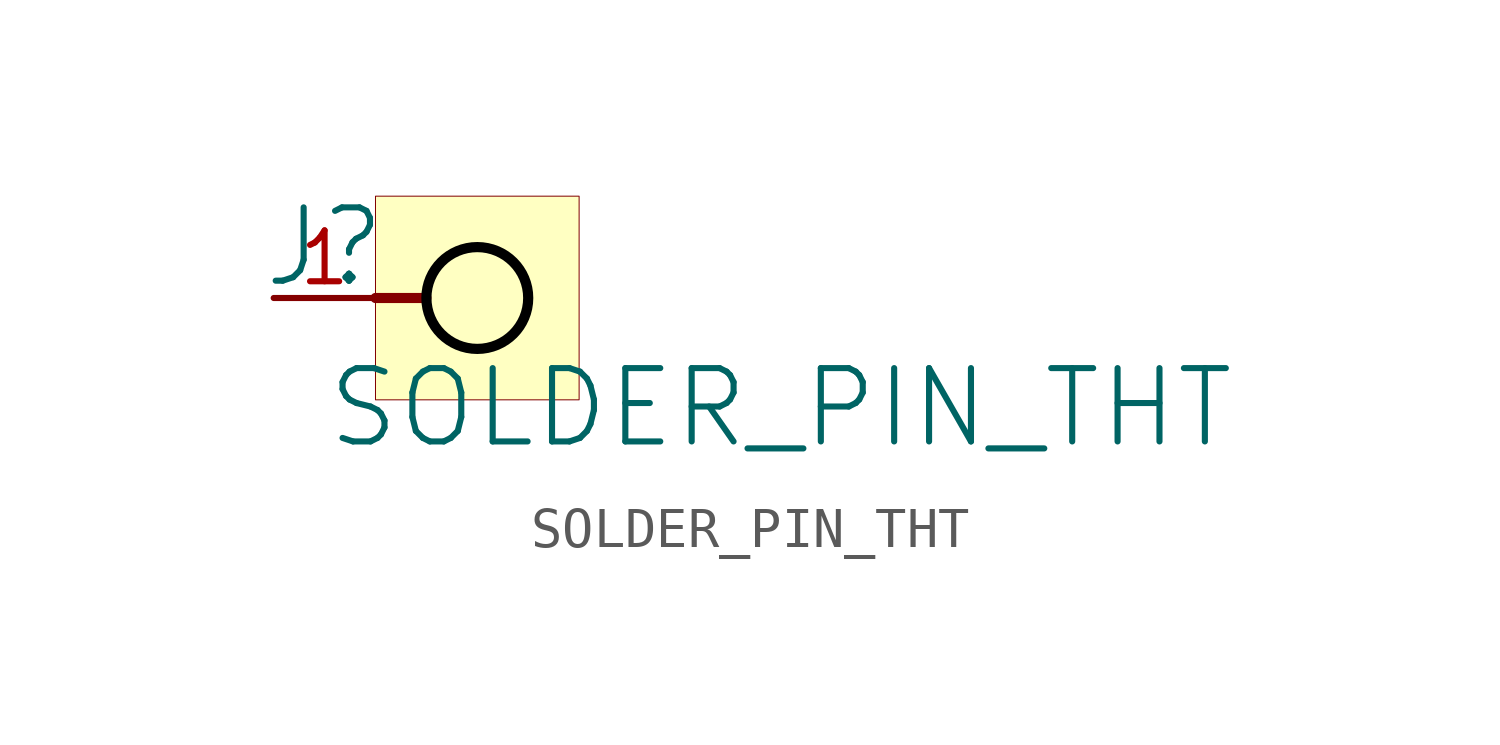
<source format=kicad_sym>
(kicad_symbol_lib
  (version 20231120)
  (generator "kicad_symbol_editor")
  (generator_version "8.0")
  (symbol "SOLDER_PIN_THT"
    (property "Reference" "J"
      (at -1.27 1.27 0)
      (effects (font (size 1.829 1.829))))
    (property "Value" "SOLDER_PIN_THT"
      (at -1.27 -3.81 0)
      (effects (font (size 1.829 1.829)) (justify left bottom)))
    (symbol "SOLDER_PIN_THT_1_0"
      (polyline (pts (xy 0 0) (xy 1.27 0)) (stroke (width 0.254) (type solid)) (fill (type none)))
      (circle (center 2.54 0) (radius 1.27) (stroke (width 0.254) (type solid) (color 0 0 0 1)) (fill (type none)))
      (rectangle (start 5.08 2.54) (end 0 -2.54) (stroke (width 0.025) (type solid) (color 128 0 0 1)) (fill (type background)))
      (pin passive line (at -2.54 0 0) (length 2.54) (name "1" (effects (font (size 0 0)))) (number "1" (effects (font (size 1.27 1.27))))))))
</source>
